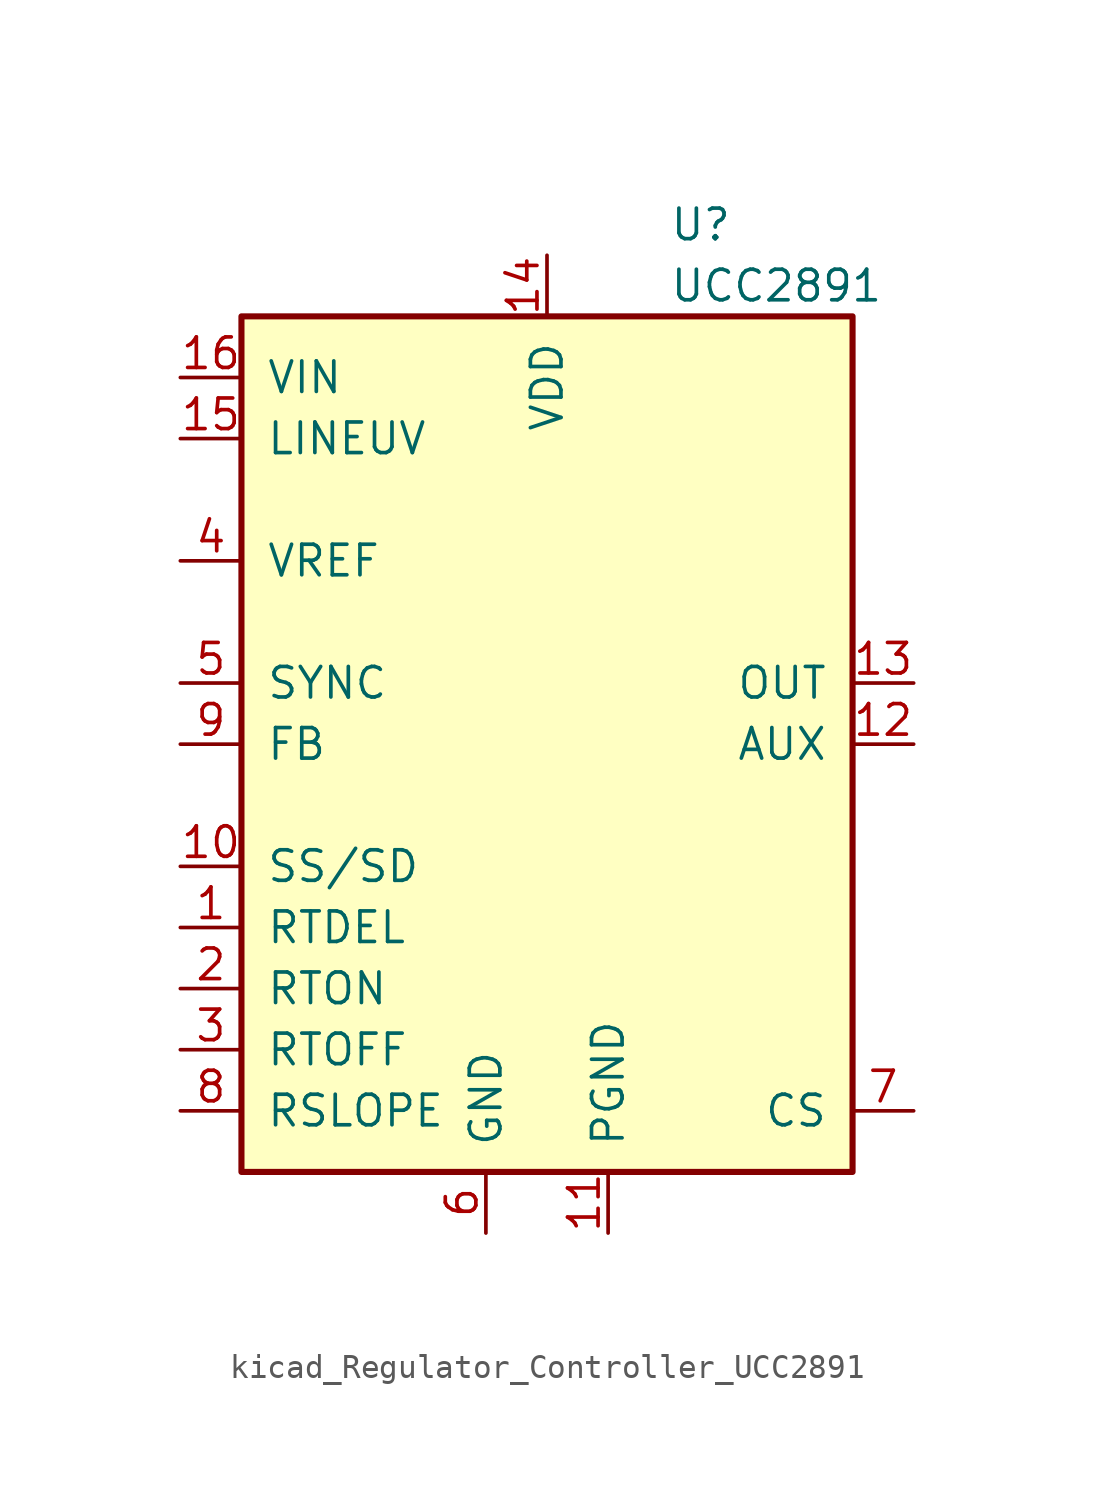
<source format=kicad_sym>
(kicad_symbol_lib
  (version 20220914)
  (generator kicad_symbol_editor)
  (symbol "kicad_Regulator_Controller_UCC2891"
    (pin_names
      (offset 1.016))
    (property "Reference" "U"
      (at 5.08 21.59 0)
      (effects (font (size 1.27 1.27)) (justify left)))
    (property "Value" "UCC2891"
      (at 5.08 19.05 0)
      (effects (font (size 1.27 1.27)) (justify left)))
    (symbol "kicad_Regulator_Controller_UCC2891_0_1"
      (rectangle (start -12.7 -17.78) (end 12.7 17.78) (stroke (width 0.254) (type default)) (fill (type background))))
    (symbol "kicad_Regulator_Controller_UCC2891_1_1"
      (pin passive line (at -15.24 -7.62 0) (length 2.54) (name "RTDEL" (effects (font (size 1.27 1.27)))) (number "1" (effects (font (size 1.27 1.27)))))
      (pin passive line (at -15.24 -5.08 0) (length 2.54) (name "SS/SD" (effects (font (size 1.27 1.27)))) (number "10" (effects (font (size 1.27 1.27)))))
      (pin power_in line (at 2.54 -20.32 90) (length 2.54) (name "PGND" (effects (font (size 1.27 1.27)))) (number "11" (effects (font (size 1.27 1.27)))))
      (pin output line (at 15.24 0 180) (length 2.54) (name "AUX" (effects (font (size 1.27 1.27)))) (number "12" (effects (font (size 1.27 1.27)))))
      (pin output line (at 15.24 2.54 180) (length 2.54) (name "OUT" (effects (font (size 1.27 1.27)))) (number "13" (effects (font (size 1.27 1.27)))))
      (pin power_in line (at 0 20.32 270) (length 2.54) (name "VDD" (effects (font (size 1.27 1.27)))) (number "14" (effects (font (size 1.27 1.27)))))
      (pin passive line (at -15.24 12.7 0) (length 2.54) (name "LINEUV" (effects (font (size 1.27 1.27)))) (number "15" (effects (font (size 1.27 1.27)))))
      (pin input line (at -15.24 15.24 0) (length 2.54) (name "VIN" (effects (font (size 1.27 1.27)))) (number "16" (effects (font (size 1.27 1.27)))))
      (pin passive line (at -15.24 -10.16 0) (length 2.54) (name "RTON" (effects (font (size 1.27 1.27)))) (number "2" (effects (font (size 1.27 1.27)))))
      (pin passive line (at -15.24 -12.7 0) (length 2.54) (name "RTOFF" (effects (font (size 1.27 1.27)))) (number "3" (effects (font (size 1.27 1.27)))))
      (pin output line (at -15.24 7.62 0) (length 2.54) (name "VREF" (effects (font (size 1.27 1.27)))) (number "4" (effects (font (size 1.27 1.27)))))
      (pin input line (at -15.24 2.54 0) (length 2.54) (name "SYNC" (effects (font (size 1.27 1.27)))) (number "5" (effects (font (size 1.27 1.27)))))
      (pin power_in line (at -2.54 -20.32 90) (length 2.54) (name "GND" (effects (font (size 1.27 1.27)))) (number "6" (effects (font (size 1.27 1.27)))))
      (pin input line (at 15.24 -15.24 180) (length 2.54) (name "CS" (effects (font (size 1.27 1.27)))) (number "7" (effects (font (size 1.27 1.27)))))
      (pin passive line (at -15.24 -15.24 0) (length 2.54) (name "RSLOPE" (effects (font (size 1.27 1.27)))) (number "8" (effects (font (size 1.27 1.27)))))
      (pin input line (at -15.24 0 0) (length 2.54) (name "FB" (effects (font (size 1.27 1.27)))) (number "9" (effects (font (size 1.27 1.27))))))))
</source>
